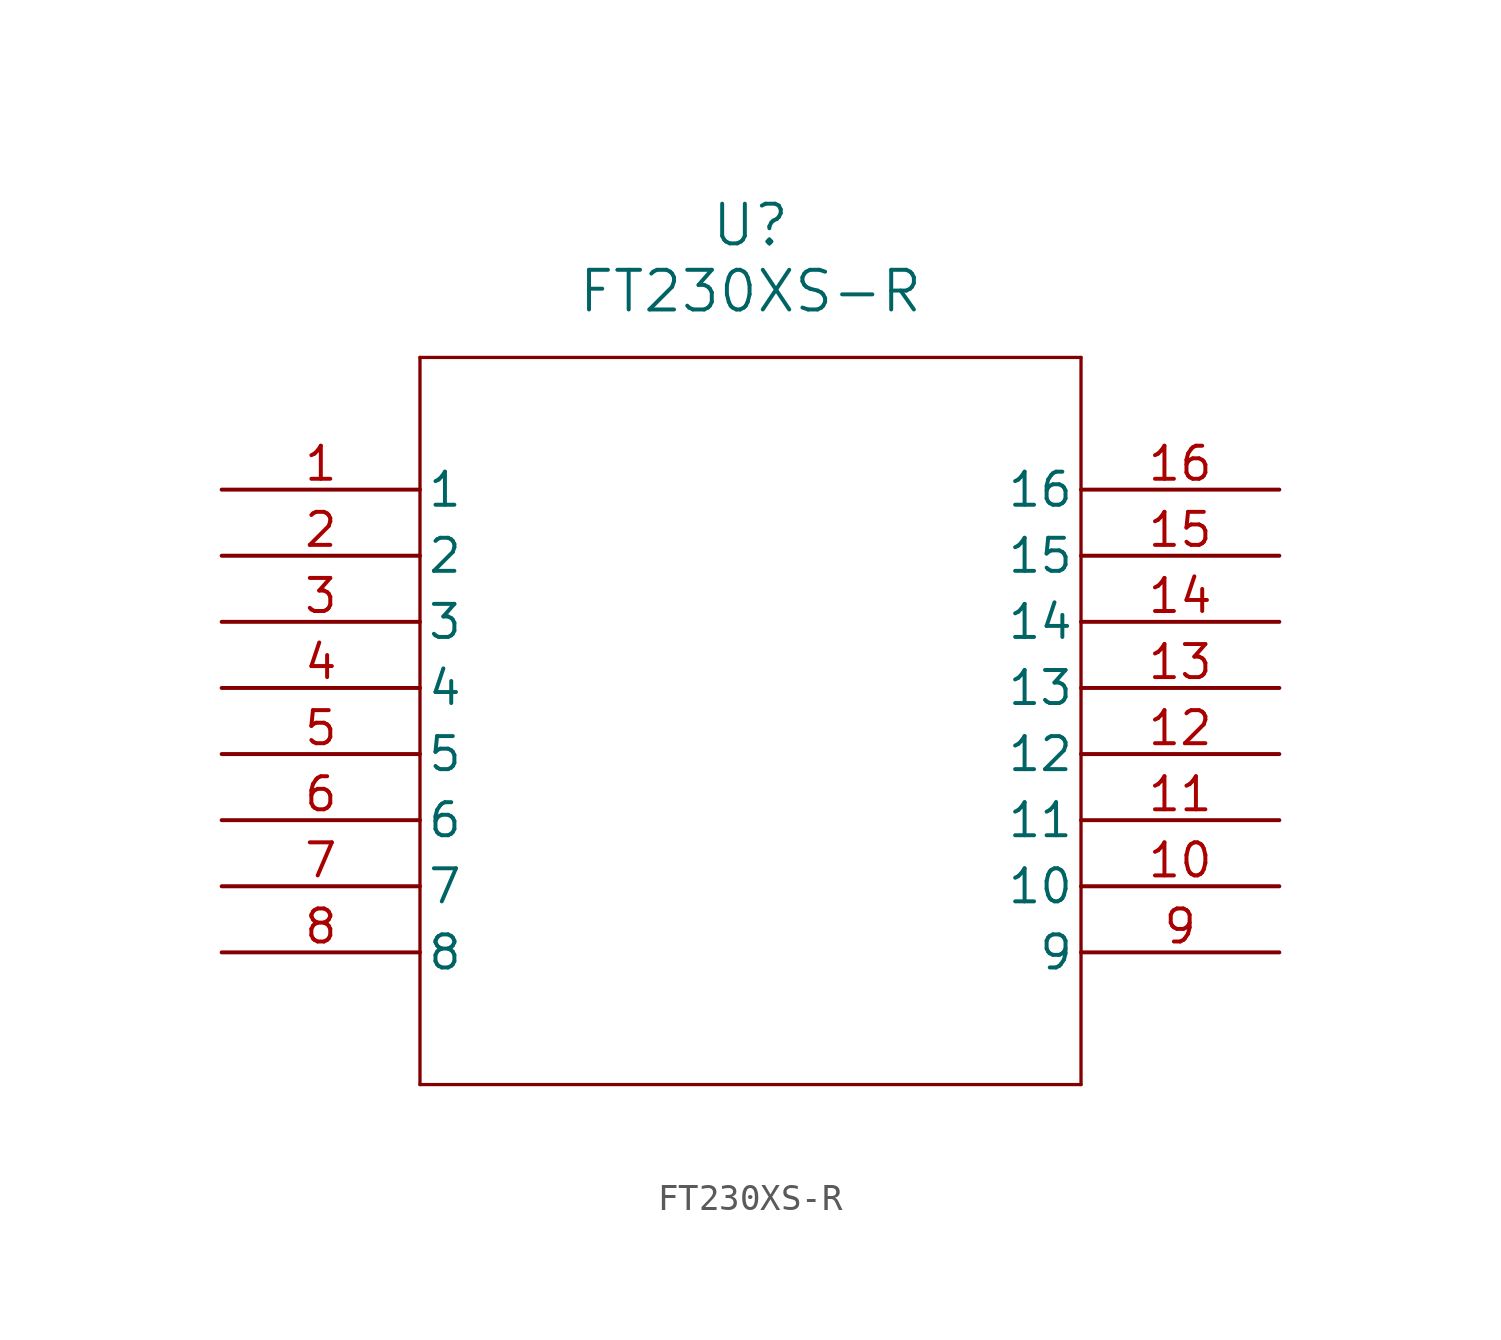
<source format=kicad_sym>
(kicad_symbol_lib
  (version 20211014)
  (generator kicad_symbol_editor)
  (symbol "FT230XS-R"
    (pin_names
      (offset 0.254))
    (property "Reference" "U"
      (at 20.32 10.16 0)
      (effects (font (size 1.524 1.524))))
    (property "Value" "FT230XS-R"
      (at 20.32 7.62 0)
      (effects (font (size 1.524 1.524))))
    (symbol "FT230XS-R_0_1"
      (polyline (pts (xy 7.62 5.08) (xy 7.62 -22.86)) (stroke (width 0.127) (type default) (color 0 0 0 0)) (fill (type none)))
      (polyline (pts (xy 7.62 -22.86) (xy 33.02 -22.86)) (stroke (width 0.127) (type default) (color 0 0 0 0)) (fill (type none)))
      (polyline (pts (xy 33.02 -22.86) (xy 33.02 5.08)) (stroke (width 0.127) (type default) (color 0 0 0 0)) (fill (type none)))
      (polyline (pts (xy 33.02 5.08) (xy 7.62 5.08)) (stroke (width 0.127) (type default) (color 0 0 0 0)) (fill (type none)))
      (pin unspecified line (at 0 0 0) (length 7.62) (name "1" (effects (font (size 1.27 1.27)))) (number "1" (effects (font (size 1.27 1.27)))))
      (pin unspecified line (at 0 -2.54 0) (length 7.62) (name "2" (effects (font (size 1.27 1.27)))) (number "2" (effects (font (size 1.27 1.27)))))
      (pin power_in line (at 0 -5.08 0) (length 7.62) (name "3" (effects (font (size 1.27 1.27)))) (number "3" (effects (font (size 1.27 1.27)))))
      (pin unspecified line (at 0 -7.62 0) (length 7.62) (name "4" (effects (font (size 1.27 1.27)))) (number "4" (effects (font (size 1.27 1.27)))))
      (pin power_out line (at 0 -10.16 0) (length 7.62) (name "5" (effects (font (size 1.27 1.27)))) (number "5" (effects (font (size 1.27 1.27)))))
      (pin unspecified line (at 0 -12.7 0) (length 7.62) (name "6" (effects (font (size 1.27 1.27)))) (number "6" (effects (font (size 1.27 1.27)))))
      (pin bidirectional line (at 0 -15.24 0) (length 7.62) (name "7" (effects (font (size 1.27 1.27)))) (number "7" (effects (font (size 1.27 1.27)))))
      (pin unspecified line (at 0 -17.78 0) (length 7.62) (name "8" (effects (font (size 1.27 1.27)))) (number "8" (effects (font (size 1.27 1.27)))))
      (pin unspecified line (at 40.64 -17.78 180) (length 7.62) (name "9" (effects (font (size 1.27 1.27)))) (number "9" (effects (font (size 1.27 1.27)))))
      (pin output line (at 40.64 -15.24 180) (length 7.62) (name "10" (effects (font (size 1.27 1.27)))) (number "10" (effects (font (size 1.27 1.27)))))
      (pin unspecified line (at 40.64 -12.7 180) (length 7.62) (name "11" (effects (font (size 1.27 1.27)))) (number "11" (effects (font (size 1.27 1.27)))))
      (pin power_in line (at 40.64 -10.16 180) (length 7.62) (name "12" (effects (font (size 1.27 1.27)))) (number "12" (effects (font (size 1.27 1.27)))))
      (pin power_out line (at 40.64 -7.62 180) (length 7.62) (name "13" (effects (font (size 1.27 1.27)))) (number "13" (effects (font (size 1.27 1.27)))))
      (pin bidirectional line (at 40.64 -5.08 180) (length 7.62) (name "14" (effects (font (size 1.27 1.27)))) (number "14" (effects (font (size 1.27 1.27)))))
      (pin bidirectional line (at 40.64 -2.54 180) (length 7.62) (name "15" (effects (font (size 1.27 1.27)))) (number "15" (effects (font (size 1.27 1.27)))))
      (pin bidirectional line (at 40.64 0 180) (length 7.62) (name "16" (effects (font (size 1.27 1.27)))) (number "16" (effects (font (size 1.27 1.27))))))))
</source>
